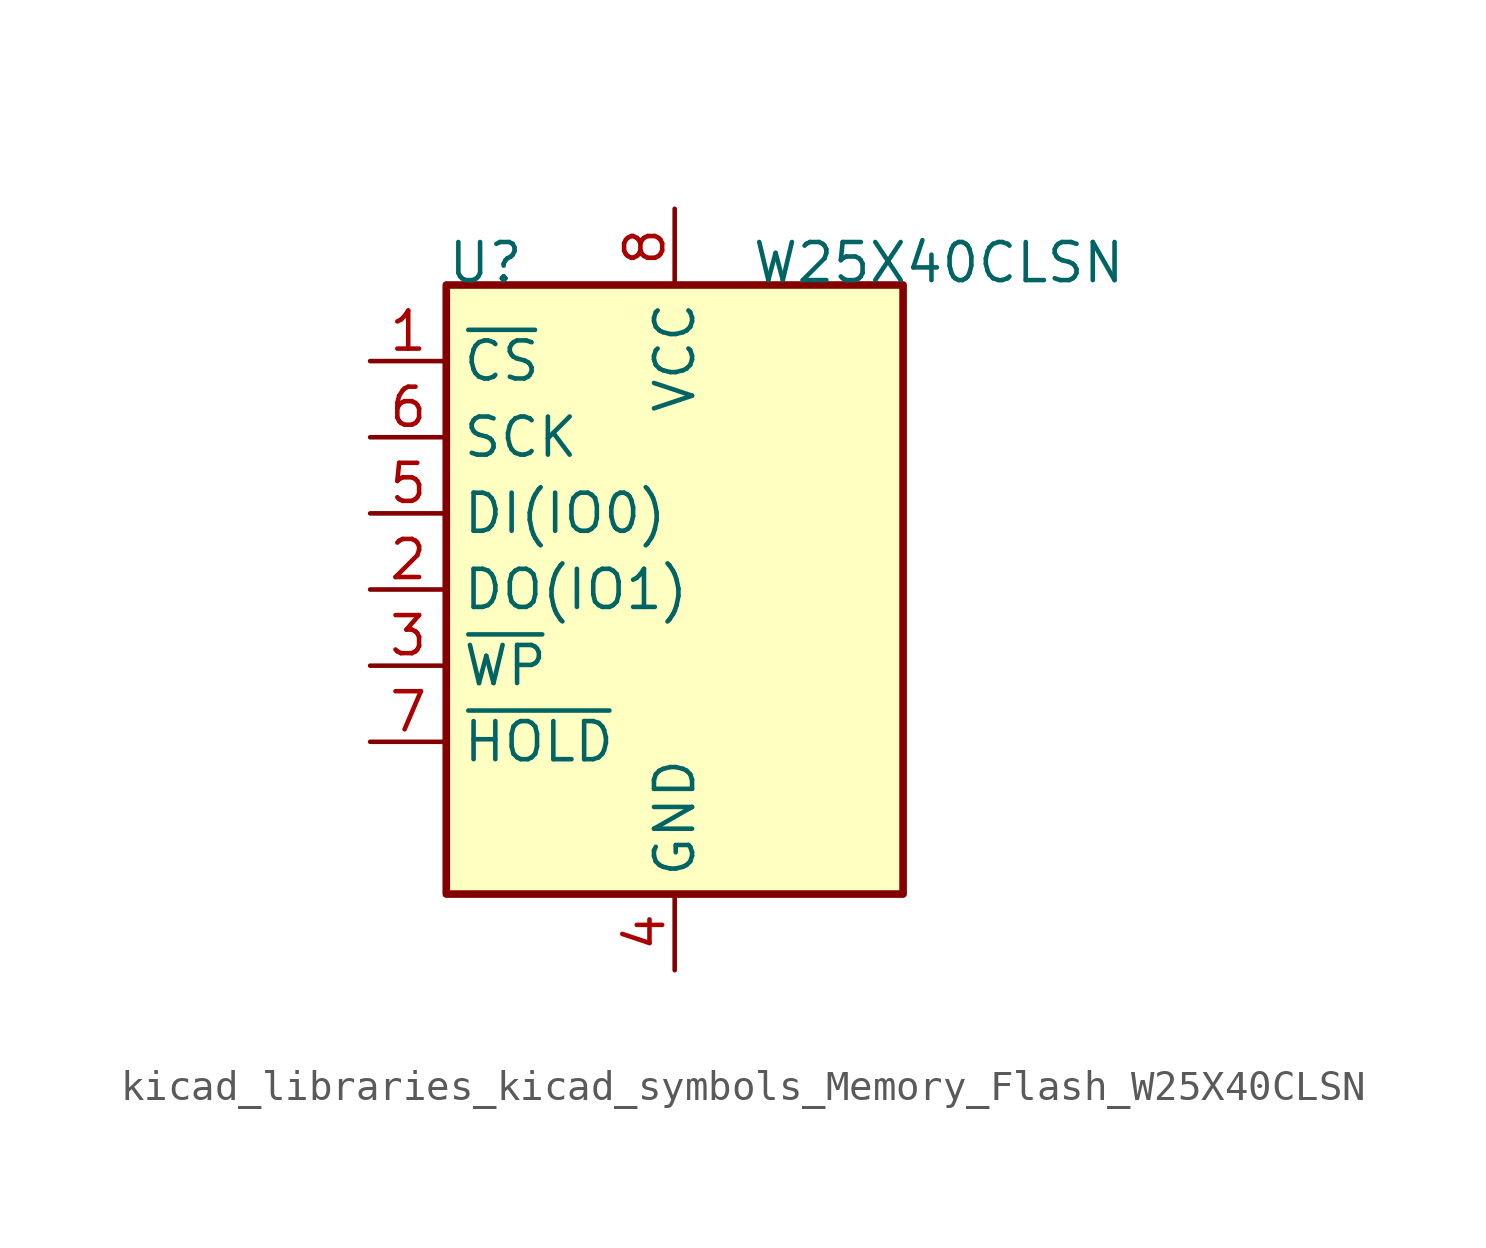
<source format=kicad_sym>
(kicad_symbol_lib
  (version 20220914)
  (generator kicad_symbol_editor)
  (symbol "kicad_libraries_kicad_symbols_Memory_Flash_W25X40CLSN"
    (property "Reference" "U"
      (at -7.62 10.16 0)
      (effects (font (size 1.27 1.27)) (justify left bottom)))
    (property "Value" "W25X40CLSN"
      (at 2.54 10.16 0)
      (effects (font (size 1.27 1.27)) (justify left bottom)))
    (symbol "kicad_libraries_kicad_symbols_Memory_Flash_W25X40CLSN_0_1"
      (rectangle (start -7.62 10.16) (end 7.62 -10.16) (stroke (width 0.254) (type default)) (fill (type background))))
    (symbol "kicad_libraries_kicad_symbols_Memory_Flash_W25X40CLSN_1_1"
      (pin input line (at -10.16 7.62 0) (length 2.54) (name "~{CS}" (effects (font (size 1.27 1.27)))) (number "1" (effects (font (size 1.27 1.27)))))
      (pin bidirectional line (at -10.16 0 0) (length 2.54) (name "DO(IO1)" (effects (font (size 1.27 1.27)))) (number "2" (effects (font (size 1.27 1.27)))))
      (pin bidirectional line (at -10.16 -2.54 0) (length 2.54) (name "~{WP}" (effects (font (size 1.27 1.27)))) (number "3" (effects (font (size 1.27 1.27)))))
      (pin power_in line (at 0 -12.7 90) (length 2.54) (name "GND" (effects (font (size 1.27 1.27)))) (number "4" (effects (font (size 1.27 1.27)))))
      (pin bidirectional line (at -10.16 2.54 0) (length 2.54) (name "DI(IO0)" (effects (font (size 1.27 1.27)))) (number "5" (effects (font (size 1.27 1.27)))))
      (pin input line (at -10.16 5.08 0) (length 2.54) (name "SCK" (effects (font (size 1.27 1.27)))) (number "6" (effects (font (size 1.27 1.27)))))
      (pin bidirectional line (at -10.16 -5.08 0) (length 2.54) (name "~{HOLD}" (effects (font (size 1.27 1.27)))) (number "7" (effects (font (size 1.27 1.27)))))
      (pin power_in line (at 0 12.7 270) (length 2.54) (name "VCC" (effects (font (size 1.27 1.27)))) (number "8" (effects (font (size 1.27 1.27))))))))
</source>
